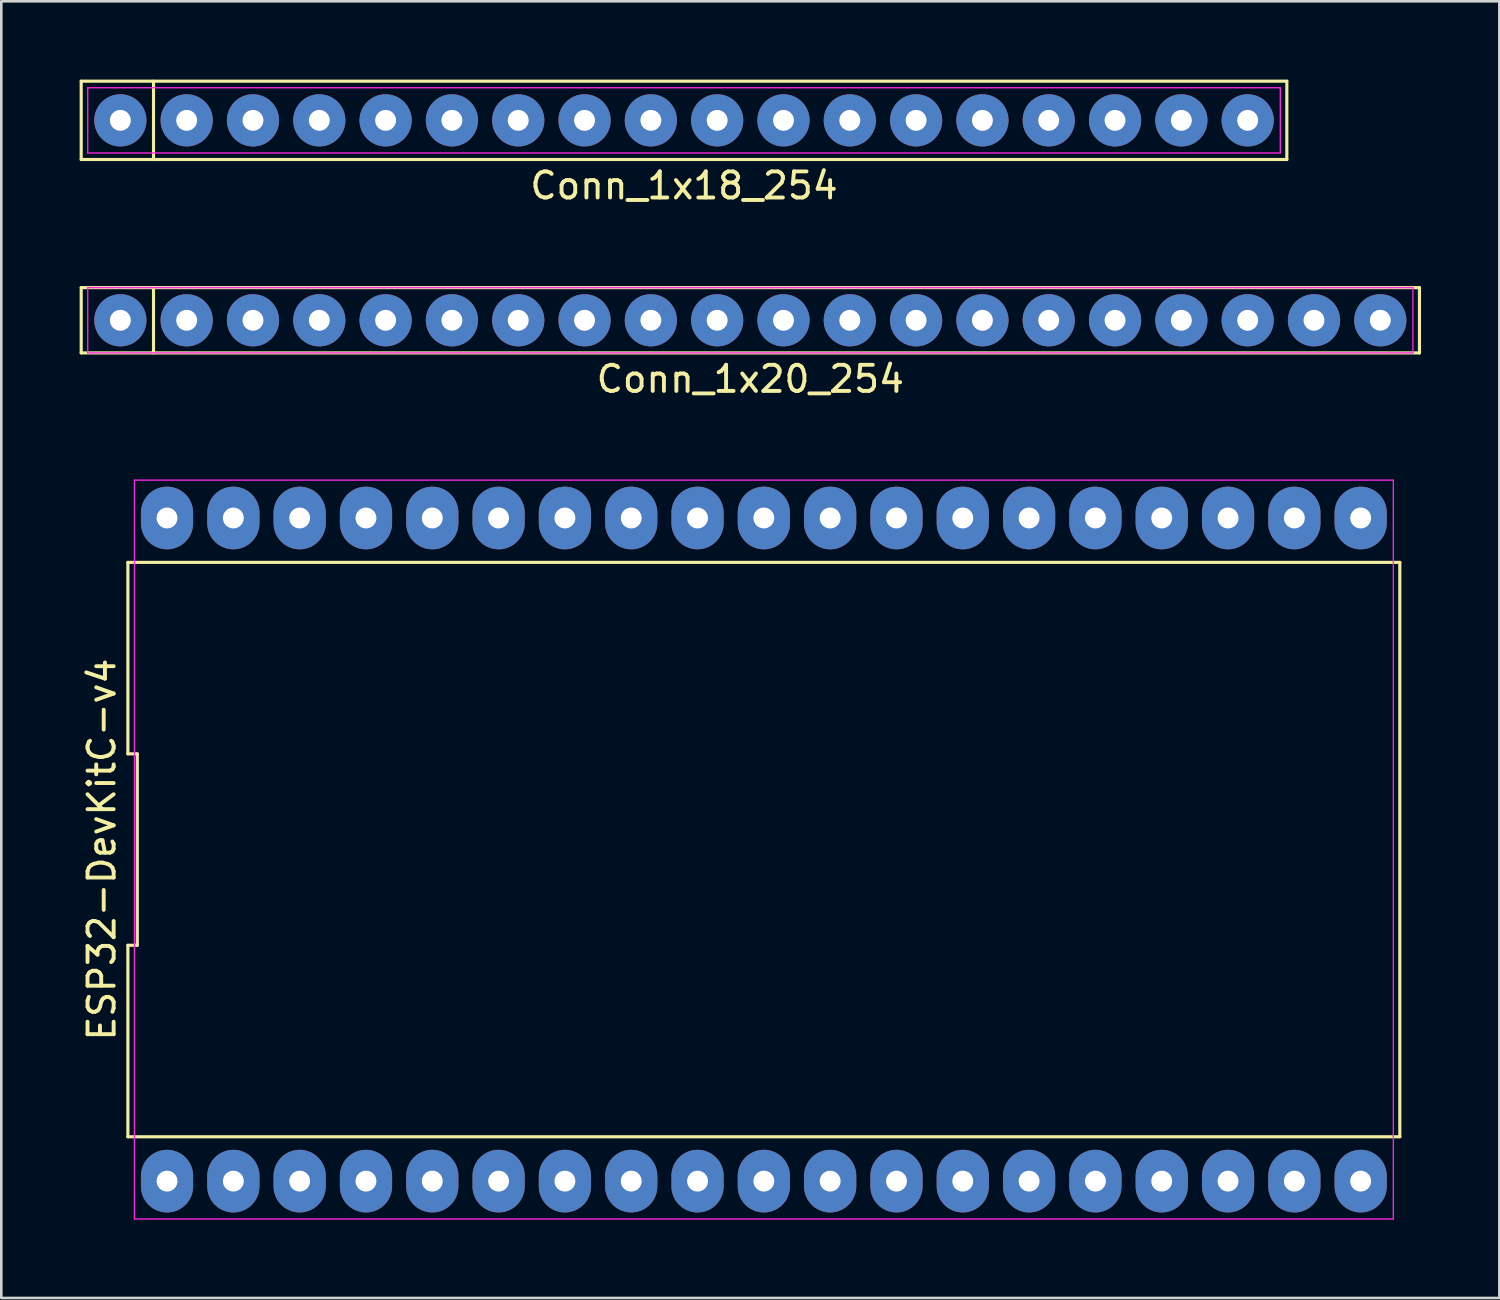
<source format=kicad_pcb>
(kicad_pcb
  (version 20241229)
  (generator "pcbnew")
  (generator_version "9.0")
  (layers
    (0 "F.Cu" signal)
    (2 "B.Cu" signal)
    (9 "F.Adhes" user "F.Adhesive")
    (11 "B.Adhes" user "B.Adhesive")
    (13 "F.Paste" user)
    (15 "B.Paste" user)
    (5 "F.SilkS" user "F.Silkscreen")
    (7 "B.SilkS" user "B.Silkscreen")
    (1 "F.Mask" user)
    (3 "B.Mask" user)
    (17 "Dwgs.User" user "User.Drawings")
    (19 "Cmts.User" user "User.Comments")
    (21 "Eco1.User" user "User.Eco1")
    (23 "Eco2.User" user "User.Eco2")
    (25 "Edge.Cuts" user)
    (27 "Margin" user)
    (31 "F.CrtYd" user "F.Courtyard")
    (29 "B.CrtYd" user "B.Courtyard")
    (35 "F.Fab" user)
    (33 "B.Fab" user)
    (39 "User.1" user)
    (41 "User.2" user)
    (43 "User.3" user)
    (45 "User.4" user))
  (footprint "Conn_1x18_254"
    (layer "F.Cu")
    (at 23.15 1.56)
    (property "Reference" "Conn_1x18_254" (at 0 2.5 0) (layer "F.SilkS") (effects (font (size 1 1) (thickness 0.15))))
    (attr through_hole)
    (fp_line (start -23.09 -1.5) (end 23.09 -1.5) (stroke (width 0.12) (type solid)) (layer "F.SilkS"))
    (fp_line (start -23.09 1.5) (end -23.09 -1.5) (stroke (width 0.12) (type solid)) (layer "F.SilkS"))
    (fp_line (start -20.32 -1.5) (end -20.32 1.5) (stroke (width 0.12) (type solid)) (layer "F.SilkS"))
    (fp_line (start 23.09 -1.5) (end 23.09 1.5) (stroke (width 0.12) (type solid)) (layer "F.SilkS"))
    (fp_line (start 23.09 1.5) (end -23.09 1.5) (stroke (width 0.12) (type solid)) (layer "F.SilkS"))
    (fp_line (start -22.84 -1.25) (end 22.84 -1.25) (stroke (width 0.05) (type solid)) (layer "F.CrtYd"))
    (fp_line (start -22.84 1.25) (end -22.84 -1.25) (stroke (width 0.05) (type solid)) (layer "F.CrtYd"))
    (fp_line (start 22.84 -1.25) (end 22.84 1.25) (stroke (width 0.05) (type solid)) (layer "F.CrtYd"))
    (fp_line (start 22.84 1.25) (end -22.84 1.25) (stroke (width 0.05) (type solid)) (layer "F.CrtYd"))
    (pad "1" thru_hole circle (at -21.59 0) (size 2 2) (drill 0.8) (layers "*.Cu" "*.Mask"))
    (pad "2" thru_hole circle (at -19.05 0) (size 2 2) (drill 0.8) (layers "*.Cu" "*.Mask"))
    (pad "3" thru_hole circle (at -16.51 0) (size 2 2) (drill 0.8) (layers "*.Cu" "*.Mask"))
    (pad "4" thru_hole circle (at -13.97 0) (size 2 2) (drill 0.8) (layers "*.Cu" "*.Mask"))
    (pad "5" thru_hole circle (at -11.43 0) (size 2 2) (drill 0.8) (layers "*.Cu" "*.Mask"))
    (pad "6" thru_hole circle (at -8.89 0) (size 2 2) (drill 0.8) (layers "*.Cu" "*.Mask"))
    (pad "7" thru_hole circle (at -6.35 0) (size 2 2) (drill 0.8) (layers "*.Cu" "*.Mask"))
    (pad "8" thru_hole circle (at -3.81 0) (size 2 2) (drill 0.8) (layers "*.Cu" "*.Mask"))
    (pad "9" thru_hole circle (at -1.27 0) (size 2 2) (drill 0.8) (layers "*.Cu" "*.Mask"))
    (pad "10" thru_hole circle (at 1.27 0) (size 2 2) (drill 0.8) (layers "*.Cu" "*.Mask"))
    (pad "11" thru_hole circle (at 3.81 0) (size 2 2) (drill 0.8) (layers "*.Cu" "*.Mask"))
    (pad "12" thru_hole circle (at 6.35 0) (size 2 2) (drill 0.8) (layers "*.Cu" "*.Mask"))
    (pad "13" thru_hole circle (at 8.89 0) (size 2 2) (drill 0.8) (layers "*.Cu" "*.Mask"))
    (pad "14" thru_hole circle (at 11.43 0) (size 2 2) (drill 0.8) (layers "*.Cu" "*.Mask"))
    (pad "15" thru_hole circle (at 13.97 0) (size 2 2) (drill 0.8) (layers "*.Cu" "*.Mask"))
    (pad "16" thru_hole circle (at 16.51 0) (size 2 2) (drill 0.8) (layers "*.Cu" "*.Mask"))
    (pad "17" thru_hole circle (at 19.05 0) (size 2 2) (drill 0.8) (layers "*.Cu" "*.Mask"))
    (pad "18" thru_hole circle (at 21.59 0) (size 2 2) (drill 0.8) (layers "*.Cu" "*.Mask")))
  (footprint "Conn_1x20_254"
    (layer "F.Cu")
    (at 25.69 9.218)
    (property "Reference" "Conn_1x20_254" (at 0 2.25 0) (layer "F.SilkS") (effects (font (size 1 1) (thickness 0.15))))
    (attr through_hole)
    (fp_line (start -25.63 -1.25) (end 25.63 -1.25) (stroke (width 0.12) (type solid)) (layer "F.SilkS"))
    (fp_line (start -25.63 1.25) (end -25.63 -1.25) (stroke (width 0.12) (type solid)) (layer "F.SilkS"))
    (fp_line (start -22.86 -1.25) (end -22.86 1.25) (stroke (width 0.12) (type solid)) (layer "F.SilkS"))
    (fp_line (start 25.63 -1.25) (end 25.63 1.25) (stroke (width 0.12) (type solid)) (layer "F.SilkS"))
    (fp_line (start 25.63 1.25) (end -25.63 1.25) (stroke (width 0.12) (type solid)) (layer "F.SilkS"))
    (fp_line (start -25.38 -1.25) (end 25.38 -1.25) (stroke (width 0.05) (type solid)) (layer "F.CrtYd"))
    (fp_line (start -25.38 1.25) (end -25.38 -1.25) (stroke (width 0.05) (type solid)) (layer "F.CrtYd"))
    (fp_line (start 25.38 -1.25) (end 25.38 1.25) (stroke (width 0.05) (type solid)) (layer "F.CrtYd"))
    (fp_line (start 25.38 1.25) (end -25.38 1.25) (stroke (width 0.05) (type solid)) (layer "F.CrtYd"))
    (pad "1" thru_hole circle (at -24.13 0) (size 2 2) (drill 0.8) (layers "*.Cu" "*.Mask"))
    (pad "2" thru_hole circle (at -21.59 0) (size 2 2) (drill 0.8) (layers "*.Cu" "*.Mask"))
    (pad "3" thru_hole circle (at -19.05 0) (size 2 2) (drill 0.8) (layers "*.Cu" "*.Mask"))
    (pad "4" thru_hole circle (at -16.51 0) (size 2 2) (drill 0.8) (layers "*.Cu" "*.Mask"))
    (pad "5" thru_hole circle (at -13.97 0) (size 2 2) (drill 0.8) (layers "*.Cu" "*.Mask"))
    (pad "6" thru_hole circle (at -11.43 0) (size 2 2) (drill 0.8) (layers "*.Cu" "*.Mask"))
    (pad "7" thru_hole circle (at -8.89 0) (size 2 2) (drill 0.8) (layers "*.Cu" "*.Mask"))
    (pad "8" thru_hole circle (at -6.35 0) (size 2 2) (drill 0.8) (layers "*.Cu" "*.Mask"))
    (pad "9" thru_hole circle (at -3.81 0) (size 2 2) (drill 0.8) (layers "*.Cu" "*.Mask"))
    (pad "10" thru_hole circle (at -1.27 0) (size 2 2) (drill 0.8) (layers "*.Cu" "*.Mask"))
    (pad "11" thru_hole circle (at 1.27 0) (size 2 2) (drill 0.8) (layers "*.Cu" "*.Mask"))
    (pad "12" thru_hole circle (at 3.81 0) (size 2 2) (drill 0.8) (layers "*.Cu" "*.Mask"))
    (pad "13" thru_hole circle (at 6.35 0) (size 2 2) (drill 0.8) (layers "*.Cu" "*.Mask"))
    (pad "14" thru_hole circle (at 8.89 0) (size 2 2) (drill 0.8) (layers "*.Cu" "*.Mask"))
    (pad "15" thru_hole circle (at 11.43 0) (size 2 2) (drill 0.8) (layers "*.Cu" "*.Mask"))
    (pad "16" thru_hole circle (at 13.97 0) (size 2 2) (drill 0.8) (layers "*.Cu" "*.Mask"))
    (pad "17" thru_hole circle (at 16.51 0) (size 2 2) (drill 0.8) (layers "*.Cu" "*.Mask"))
    (pad "18" thru_hole circle (at 19.05 0) (size 2 2) (drill 0.8) (layers "*.Cu" "*.Mask"))
    (pad "19" thru_hole circle (at 21.59 0) (size 2 2) (drill 0.8) (layers "*.Cu" "*.Mask"))
    (pad "20" thru_hole circle (at 24.13 0) (size 2 2) (drill 0.8) (layers "*.Cu" "*.Mask")))
  (footprint "ESP32-DevKitC-v4"
    (layer "F.Cu")
    (at 26.208 29.491)
    (property "Reference" "ESP32-DevKitC-v4" (at -25.36 0 90) (layer "F.SilkS") (effects (font (size 1 1) (thickness 0.15))))
    (attr through_hole)
    (fp_line (start -24.36 -11) (end -24.36 -3.667) (stroke (width 0.12) (type solid)) (layer "F.SilkS"))
    (fp_line (start -24.36 -3.667) (end -24 -3.667) (stroke (width 0.12) (type solid)) (layer "F.SilkS"))
    (fp_line (start -24.36 3.667) (end -24.36 11) (stroke (width 0.12) (type solid)) (layer "F.SilkS"))
    (fp_line (start -24.36 11) (end 24.36 11) (stroke (width 0.12) (type solid)) (layer "F.SilkS"))
    (fp_line (start -24 -3.667) (end -24 3.667) (stroke (width 0.12) (type solid)) (layer "F.SilkS"))
    (fp_line (start -24 3.667) (end -24.36 3.667) (stroke (width 0.12) (type solid)) (layer "F.SilkS"))
    (fp_line (start 24.36 -11) (end -24.36 -11) (stroke (width 0.12) (type solid)) (layer "F.SilkS"))
    (fp_line (start 24.36 11) (end 24.36 -11) (stroke (width 0.12) (type solid)) (layer "F.SilkS"))
    (fp_line (start -24.11 -14.15) (end 24.11 -14.15) (stroke (width 0.05) (type solid)) (layer "F.CrtYd"))
    (fp_line (start -24.11 14.15) (end -24.11 -14.15) (stroke (width 0.05) (type solid)) (layer "F.CrtYd"))
    (fp_line (start 24.11 -14.15) (end 24.11 14.15) (stroke (width 0.05) (type solid)) (layer "F.CrtYd"))
    (fp_line (start 24.11 14.15) (end -24.11 14.15) (stroke (width 0.05) (type solid)) (layer "F.CrtYd"))
    (pad "1" thru_hole oval (at -22.86 12.7) (size 2 2.4) (drill 0.8) (layers "*.Cu" "*.Mask"))
    (pad "2" thru_hole oval (at -20.32 12.7) (size 2 2.4) (drill 0.8) (layers "*.Cu" "*.Mask"))
    (pad "3" thru_hole oval (at -17.78 12.7) (size 2 2.4) (drill 0.8) (layers "*.Cu" "*.Mask"))
    (pad "4" thru_hole oval (at -15.24 12.7) (size 2 2.4) (drill 0.8) (layers "*.Cu" "*.Mask"))
    (pad "5" thru_hole oval (at -12.7 12.7) (size 2 2.4) (drill 0.8) (layers "*.Cu" "*.Mask"))
    (pad "6" thru_hole oval (at -10.16 12.7) (size 2 2.4) (drill 0.8) (layers "*.Cu" "*.Mask"))
    (pad "7" thru_hole oval (at -7.62 12.7) (size 2 2.4) (drill 0.8) (layers "*.Cu" "*.Mask"))
    (pad "8" thru_hole oval (at -5.08 12.7) (size 2 2.4) (drill 0.8) (layers "*.Cu" "*.Mask"))
    (pad "9" thru_hole oval (at -2.54 12.7) (size 2 2.4) (drill 0.8) (layers "*.Cu" "*.Mask"))
    (pad "10" thru_hole oval (at 0 12.7) (size 2 2.4) (drill 0.8) (layers "*.Cu" "*.Mask"))
    (pad "11" thru_hole oval (at 2.54 12.7) (size 2 2.4) (drill 0.8) (layers "*.Cu" "*.Mask"))
    (pad "12" thru_hole oval (at 5.08 12.7) (size 2 2.4) (drill 0.8) (layers "*.Cu" "*.Mask"))
    (pad "13" thru_hole oval (at 7.62 12.7) (size 2 2.4) (drill 0.8) (layers "*.Cu" "*.Mask"))
    (pad "14" thru_hole oval (at 10.16 12.7) (size 2 2.4) (drill 0.8) (layers "*.Cu" "*.Mask"))
    (pad "15" thru_hole oval (at 12.7 12.7) (size 2 2.4) (drill 0.8) (layers "*.Cu" "*.Mask"))
    (pad "16" thru_hole oval (at 15.24 12.7) (size 2 2.4) (drill 0.8) (layers "*.Cu" "*.Mask"))
    (pad "17" thru_hole oval (at 17.78 12.7) (size 2 2.4) (drill 0.8) (layers "*.Cu" "*.Mask"))
    (pad "18" thru_hole oval (at 20.32 12.7) (size 2 2.4) (drill 0.8) (layers "*.Cu" "*.Mask"))
    (pad "19" thru_hole oval (at 22.86 12.7) (size 2 2.4) (drill 0.8) (layers "*.Cu" "*.Mask"))
    (pad "20" thru_hole oval (at 22.86 -12.7) (size 2 2.4) (drill 0.8) (layers "*.Cu" "*.Mask"))
    (pad "21" thru_hole oval (at 20.32 -12.7) (size 2 2.4) (drill 0.8) (layers "*.Cu" "*.Mask"))
    (pad "22" thru_hole oval (at 17.78 -12.7) (size 2 2.4) (drill 0.8) (layers "*.Cu" "*.Mask"))
    (pad "23" thru_hole oval (at 15.24 -12.7) (size 2 2.4) (drill 0.8) (layers "*.Cu" "*.Mask"))
    (pad "24" thru_hole oval (at 12.7 -12.7) (size 2 2.4) (drill 0.8) (layers "*.Cu" "*.Mask"))
    (pad "25" thru_hole oval (at 10.16 -12.7) (size 2 2.4) (drill 0.8) (layers "*.Cu" "*.Mask"))
    (pad "26" thru_hole oval (at 7.62 -12.7) (size 2 2.4) (drill 0.8) (layers "*.Cu" "*.Mask"))
    (pad "27" thru_hole oval (at 5.08 -12.7) (size 2 2.4) (drill 0.8) (layers "*.Cu" "*.Mask"))
    (pad "28" thru_hole oval (at 2.54 -12.7) (size 2 2.4) (drill 0.8) (layers "*.Cu" "*.Mask"))
    (pad "29" thru_hole oval (at 0 -12.7) (size 2 2.4) (drill 0.8) (layers "*.Cu" "*.Mask"))
    (pad "30" thru_hole oval (at -2.54 -12.7) (size 2 2.4) (drill 0.8) (layers "*.Cu" "*.Mask"))
    (pad "31" thru_hole oval (at -5.08 -12.7) (size 2 2.4) (drill 0.8) (layers "*.Cu" "*.Mask"))
    (pad "32" thru_hole oval (at -7.62 -12.7) (size 2 2.4) (drill 0.8) (layers "*.Cu" "*.Mask"))
    (pad "33" thru_hole oval (at -10.16 -12.7) (size 2 2.4) (drill 0.8) (layers "*.Cu" "*.Mask"))
    (pad "34" thru_hole oval (at -12.7 -12.7) (size 2 2.4) (drill 0.8) (layers "*.Cu" "*.Mask"))
    (pad "35" thru_hole oval (at -15.24 -12.7) (size 2 2.4) (drill 0.8) (layers "*.Cu" "*.Mask"))
    (pad "36" thru_hole oval (at -17.78 -12.7) (size 2 2.4) (drill 0.8) (layers "*.Cu" "*.Mask"))
    (pad "37" thru_hole oval (at -20.32 -12.7) (size 2 2.4) (drill 0.8) (layers "*.Cu" "*.Mask"))
    (pad "38" thru_hole oval (at -22.86 -12.7) (size 2 2.4) (drill 0.8) (layers "*.Cu" "*.Mask")))
  (gr_rect
    (start -3 -3)
    (end 54.38 46.666)
    (stroke (width 0.1) (type default))
    (fill no)
    (layer "Edge.Cuts")))
</source>
